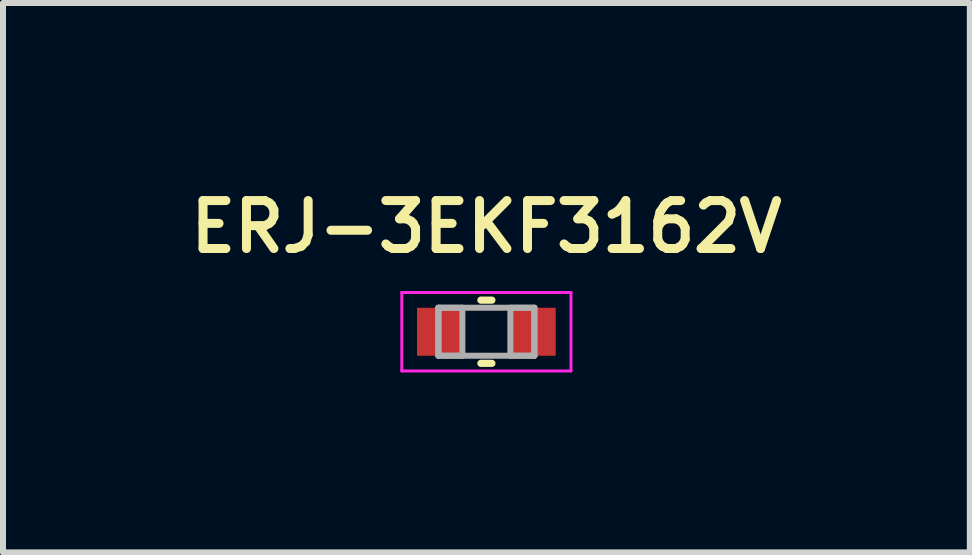
<source format=kicad_pcb>
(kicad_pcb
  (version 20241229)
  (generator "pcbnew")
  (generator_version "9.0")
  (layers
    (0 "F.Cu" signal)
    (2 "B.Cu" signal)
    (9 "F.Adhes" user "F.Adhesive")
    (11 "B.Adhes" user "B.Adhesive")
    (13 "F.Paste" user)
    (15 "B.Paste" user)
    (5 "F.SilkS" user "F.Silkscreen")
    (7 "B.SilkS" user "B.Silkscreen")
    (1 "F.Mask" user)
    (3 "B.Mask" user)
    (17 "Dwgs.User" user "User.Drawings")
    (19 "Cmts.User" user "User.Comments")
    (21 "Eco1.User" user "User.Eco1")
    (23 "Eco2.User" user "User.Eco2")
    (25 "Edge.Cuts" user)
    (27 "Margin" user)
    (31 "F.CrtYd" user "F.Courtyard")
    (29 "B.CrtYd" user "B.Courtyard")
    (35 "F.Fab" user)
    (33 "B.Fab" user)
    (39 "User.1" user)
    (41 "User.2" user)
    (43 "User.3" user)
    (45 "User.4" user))
  (footprint "ERJ-3EKF3162V"
    (layer "F.Cu")
    (at 5.059 2.481)
    (property "Reference" "ERJ-3EKF3162V" (at 0 -1.75 0) (layer "F.SilkS") (effects (font (size 0.8 0.8) (thickness 0.15))))
    (attr through_hole)
    (fp_line (start -0.092 0.527) (end 0.092 0.527) (stroke (width 0.12) (type solid)) (layer "F.SilkS"))
    (fp_line (start 0.092 -0.527) (end -0.092 -0.527) (stroke (width 0.12) (type solid)) (layer "F.SilkS"))
    (fp_line (start -1.41 -0.654) (end 1.41 -0.654) (stroke (width 0.05) (type solid)) (layer "F.CrtYd"))
    (fp_line (start -1.41 0.654) (end -1.41 -0.654) (stroke (width 0.05) (type solid)) (layer "F.CrtYd"))
    (fp_line (start 1.41 -0.654) (end 1.41 0.654) (stroke (width 0.05) (type solid)) (layer "F.CrtYd"))
    (fp_line (start 1.41 0.654) (end -1.41 0.654) (stroke (width 0.05) (type solid)) (layer "F.CrtYd"))
    (fp_line (start -0.8 -0.4) (end -0.8 0.4) (stroke (width 0.1) (type solid)) (layer "F.Fab"))
    (fp_line (start -0.8 -0.4) (end -0.8 0.4) (stroke (width 0.1) (type solid)) (layer "F.Fab"))
    (fp_line (start -0.8 0.4) (end -0.4 0.4) (stroke (width 0.1) (type solid)) (layer "F.Fab"))
    (fp_line (start -0.8 0.4) (end 0.8 0.4) (stroke (width 0.1) (type solid)) (layer "F.Fab"))
    (fp_line (start -0.4 -0.4) (end -0.8 -0.4) (stroke (width 0.1) (type solid)) (layer "F.Fab"))
    (fp_line (start -0.4 0.4) (end -0.4 -0.4) (stroke (width 0.1) (type solid)) (layer "F.Fab"))
    (fp_line (start 0.4 -0.4) (end 0.4 0.4) (stroke (width 0.1) (type solid)) (layer "F.Fab"))
    (fp_line (start 0.4 0.4) (end 0.8 0.4) (stroke (width 0.1) (type solid)) (layer "F.Fab"))
    (fp_line (start 0.8 -0.4) (end -0.8 -0.4) (stroke (width 0.1) (type solid)) (layer "F.Fab"))
    (fp_line (start 0.8 -0.4) (end 0.4 -0.4) (stroke (width 0.1) (type solid)) (layer "F.Fab"))
    (fp_line (start 0.8 0.4) (end 0.8 -0.4) (stroke (width 0.1) (type solid)) (layer "F.Fab"))
    (fp_line (start 0.8 0.4) (end 0.8 -0.4) (stroke (width 0.1) (type solid)) (layer "F.Fab"))
    (pad "1" smd rect (at -0.778 0) (size 0.756 0.8) (layers "F.Cu" "F.Mask" "F.Paste"))
    (pad "2" smd rect (at 0.778 0) (size 0.756 0.8) (layers "F.Cu" "F.Mask" "F.Paste")))
  (gr_rect
    (start -3 -3)
    (end 13.119 6.16)
    (stroke (width 0.1) (type default))
    (fill no)
    (layer "Edge.Cuts")))
</source>
